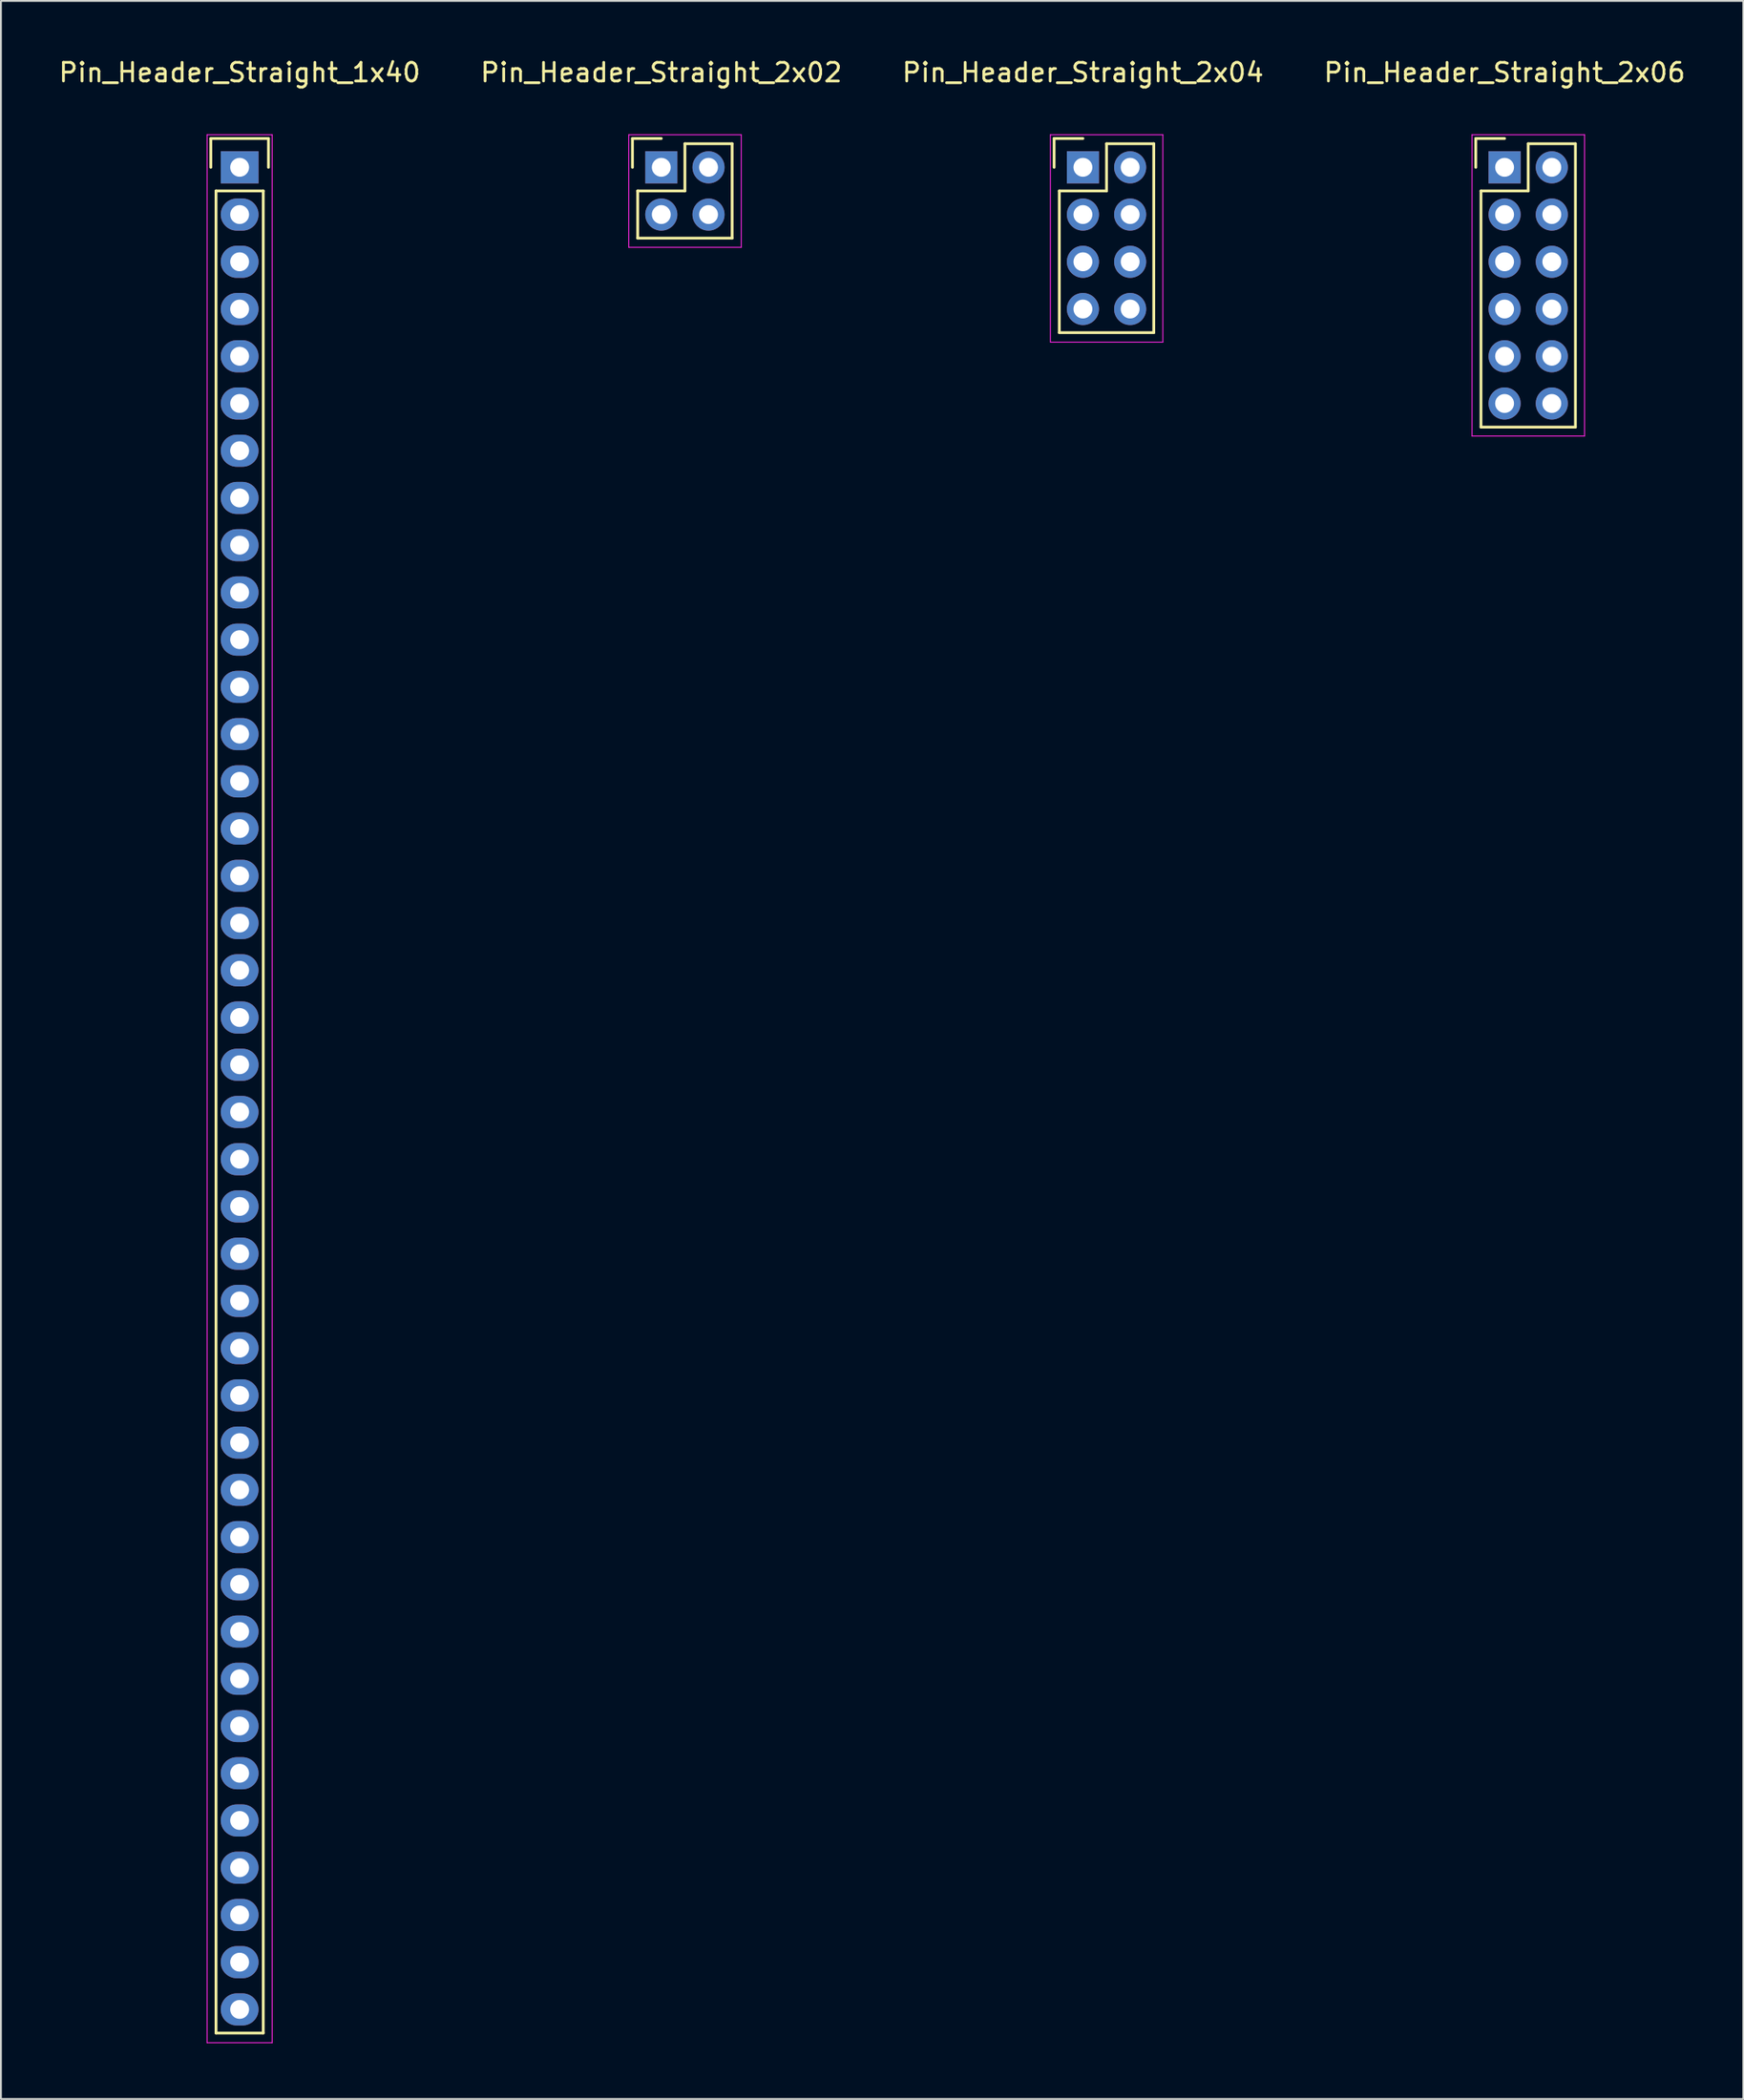
<source format=kicad_pcb>
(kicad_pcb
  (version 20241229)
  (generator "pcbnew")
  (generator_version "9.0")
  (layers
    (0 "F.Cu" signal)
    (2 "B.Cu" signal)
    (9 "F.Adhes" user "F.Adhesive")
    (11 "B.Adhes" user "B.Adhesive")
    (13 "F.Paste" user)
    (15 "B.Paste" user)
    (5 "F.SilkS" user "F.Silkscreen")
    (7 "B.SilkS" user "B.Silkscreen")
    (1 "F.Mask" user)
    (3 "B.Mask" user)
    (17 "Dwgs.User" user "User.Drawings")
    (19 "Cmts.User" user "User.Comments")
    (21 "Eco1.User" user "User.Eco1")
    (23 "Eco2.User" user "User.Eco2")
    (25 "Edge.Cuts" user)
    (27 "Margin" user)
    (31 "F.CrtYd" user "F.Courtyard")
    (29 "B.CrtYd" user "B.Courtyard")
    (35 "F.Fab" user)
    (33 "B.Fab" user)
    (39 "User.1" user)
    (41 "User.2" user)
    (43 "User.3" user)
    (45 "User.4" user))
  (footprint "Pin_Header_Straight_2x06"
    (layer "F.Cu")
    (at 77.875 5.948)
    (property "Reference" "Pin_Header_Straight_2x06" (at 0 -5.1 0) (layer "F.SilkS") (effects (font (size 1 1) (thickness 0.15))))
    (attr through_hole)
    (fp_line (start -1.55 -1.55) (end -1.55 0) (stroke (width 0.15) (type solid)) (layer "F.SilkS"))
    (fp_line (start -1.27 1.27) (end -1.27 13.97) (stroke (width 0.15) (type solid)) (layer "F.SilkS"))
    (fp_line (start 0 -1.55) (end -1.55 -1.55) (stroke (width 0.15) (type solid)) (layer "F.SilkS"))
    (fp_line (start 1.27 -1.27) (end 1.27 1.27) (stroke (width 0.15) (type solid)) (layer "F.SilkS"))
    (fp_line (start 1.27 1.27) (end -1.27 1.27) (stroke (width 0.15) (type solid)) (layer "F.SilkS"))
    (fp_line (start 3.81 -1.27) (end 1.27 -1.27) (stroke (width 0.15) (type solid)) (layer "F.SilkS"))
    (fp_line (start 3.81 13.97) (end -1.27 13.97) (stroke (width 0.15) (type solid)) (layer "F.SilkS"))
    (fp_line (start 3.81 13.97) (end 3.81 -1.27) (stroke (width 0.15) (type solid)) (layer "F.SilkS"))
    (fp_line (start -1.75 -1.75) (end -1.75 14.45) (stroke (width 0.05) (type solid)) (layer "F.CrtYd"))
    (fp_line (start -1.75 -1.75) (end 4.3 -1.75) (stroke (width 0.05) (type solid)) (layer "F.CrtYd"))
    (fp_line (start -1.75 14.45) (end 4.3 14.45) (stroke (width 0.05) (type solid)) (layer "F.CrtYd"))
    (fp_line (start 4.3 -1.75) (end 4.3 14.45) (stroke (width 0.05) (type solid)) (layer "F.CrtYd"))
    (pad "1" thru_hole rect (at 0 0) (size 1.727 1.727) (drill 1.016) (layers "*.Cu" "*.Mask"))
    (pad "2" thru_hole oval (at 2.54 0) (size 1.727 1.727) (drill 1.016) (layers "*.Cu" "*.Mask"))
    (pad "3" thru_hole oval (at 0 2.54) (size 1.727 1.727) (drill 1.016) (layers "*.Cu" "*.Mask"))
    (pad "4" thru_hole oval (at 2.54 2.54) (size 1.727 1.727) (drill 1.016) (layers "*.Cu" "*.Mask"))
    (pad "5" thru_hole oval (at 0 5.08) (size 1.727 1.727) (drill 1.016) (layers "*.Cu" "*.Mask"))
    (pad "6" thru_hole oval (at 2.54 5.08) (size 1.727 1.727) (drill 1.016) (layers "*.Cu" "*.Mask"))
    (pad "7" thru_hole oval (at 0 7.62) (size 1.727 1.727) (drill 1.016) (layers "*.Cu" "*.Mask"))
    (pad "8" thru_hole oval (at 2.54 7.62) (size 1.727 1.727) (drill 1.016) (layers "*.Cu" "*.Mask"))
    (pad "9" thru_hole oval (at 0 10.16) (size 1.727 1.727) (drill 1.016) (layers "*.Cu" "*.Mask"))
    (pad "10" thru_hole oval (at 2.54 10.16) (size 1.727 1.727) (drill 1.016) (layers "*.Cu" "*.Mask"))
    (pad "11" thru_hole oval (at 0 12.7) (size 1.727 1.727) (drill 1.016) (layers "*.Cu" "*.Mask"))
    (pad "12" thru_hole oval (at 2.54 12.7) (size 1.727 1.727) (drill 1.016) (layers "*.Cu" "*.Mask")))
  (footprint "Pin_Header_Straight_1x40"
    (layer "F.Cu")
    (at 9.839 5.948)
    (property "Reference" "Pin_Header_Straight_1x40" (at 0 -5.1 0) (layer "F.SilkS") (effects (font (size 1 1) (thickness 0.15))))
    (attr through_hole)
    (fp_line (start -1.55 -1.55) (end 1.55 -1.55) (stroke (width 0.15) (type solid)) (layer "F.SilkS"))
    (fp_line (start -1.55 0) (end -1.55 -1.55) (stroke (width 0.15) (type solid)) (layer "F.SilkS"))
    (fp_line (start -1.27 1.27) (end -1.27 100.33) (stroke (width 0.15) (type solid)) (layer "F.SilkS"))
    (fp_line (start -1.27 100.33) (end 1.27 100.33) (stroke (width 0.15) (type solid)) (layer "F.SilkS"))
    (fp_line (start 1.27 1.27) (end -1.27 1.27) (stroke (width 0.15) (type solid)) (layer "F.SilkS"))
    (fp_line (start 1.27 100.33) (end 1.27 1.27) (stroke (width 0.15) (type solid)) (layer "F.SilkS"))
    (fp_line (start 1.55 -1.55) (end 1.55 0) (stroke (width 0.15) (type solid)) (layer "F.SilkS"))
    (fp_line (start -1.75 -1.75) (end -1.75 100.85) (stroke (width 0.05) (type solid)) (layer "F.CrtYd"))
    (fp_line (start -1.75 -1.75) (end 1.75 -1.75) (stroke (width 0.05) (type solid)) (layer "F.CrtYd"))
    (fp_line (start -1.75 100.85) (end 1.75 100.85) (stroke (width 0.05) (type solid)) (layer "F.CrtYd"))
    (fp_line (start 1.75 -1.75) (end 1.75 100.85) (stroke (width 0.05) (type solid)) (layer "F.CrtYd"))
    (pad "1" thru_hole rect (at 0 0) (size 2.032 1.727) (drill 1.016) (layers "*.Cu" "*.Mask"))
    (pad "2" thru_hole oval (at 0 2.54) (size 2.032 1.727) (drill 1.016) (layers "*.Cu" "*.Mask"))
    (pad "3" thru_hole oval (at 0 5.08) (size 2.032 1.727) (drill 1.016) (layers "*.Cu" "*.Mask"))
    (pad "4" thru_hole oval (at 0 7.62) (size 2.032 1.727) (drill 1.016) (layers "*.Cu" "*.Mask"))
    (pad "5" thru_hole oval (at 0 10.16) (size 2.032 1.727) (drill 1.016) (layers "*.Cu" "*.Mask"))
    (pad "6" thru_hole oval (at 0 12.7) (size 2.032 1.727) (drill 1.016) (layers "*.Cu" "*.Mask"))
    (pad "7" thru_hole oval (at 0 15.24) (size 2.032 1.727) (drill 1.016) (layers "*.Cu" "*.Mask"))
    (pad "8" thru_hole oval (at 0 17.78) (size 2.032 1.727) (drill 1.016) (layers "*.Cu" "*.Mask"))
    (pad "9" thru_hole oval (at 0 20.32) (size 2.032 1.727) (drill 1.016) (layers "*.Cu" "*.Mask"))
    (pad "10" thru_hole oval (at 0 22.86) (size 2.032 1.727) (drill 1.016) (layers "*.Cu" "*.Mask"))
    (pad "11" thru_hole oval (at 0 25.4) (size 2.032 1.727) (drill 1.016) (layers "*.Cu" "*.Mask"))
    (pad "12" thru_hole oval (at 0 27.94) (size 2.032 1.727) (drill 1.016) (layers "*.Cu" "*.Mask"))
    (pad "13" thru_hole oval (at 0 30.48) (size 2.032 1.727) (drill 1.016) (layers "*.Cu" "*.Mask"))
    (pad "14" thru_hole oval (at 0 33.02) (size 2.032 1.727) (drill 1.016) (layers "*.Cu" "*.Mask"))
    (pad "15" thru_hole oval (at 0 35.56) (size 2.032 1.727) (drill 1.016) (layers "*.Cu" "*.Mask"))
    (pad "16" thru_hole oval (at 0 38.1) (size 2.032 1.727) (drill 1.016) (layers "*.Cu" "*.Mask"))
    (pad "17" thru_hole oval (at 0 40.64) (size 2.032 1.727) (drill 1.016) (layers "*.Cu" "*.Mask"))
    (pad "18" thru_hole oval (at 0 43.18) (size 2.032 1.727) (drill 1.016) (layers "*.Cu" "*.Mask"))
    (pad "19" thru_hole oval (at 0 45.72) (size 2.032 1.727) (drill 1.016) (layers "*.Cu" "*.Mask"))
    (pad "20" thru_hole oval (at 0 48.26) (size 2.032 1.727) (drill 1.016) (layers "*.Cu" "*.Mask"))
    (pad "21" thru_hole oval (at 0 50.8) (size 2.032 1.727) (drill 1.016) (layers "*.Cu" "*.Mask"))
    (pad "22" thru_hole oval (at 0 53.34) (size 2.032 1.727) (drill 1.016) (layers "*.Cu" "*.Mask"))
    (pad "23" thru_hole oval (at 0 55.88) (size 2.032 1.727) (drill 1.016) (layers "*.Cu" "*.Mask"))
    (pad "24" thru_hole oval (at 0 58.42) (size 2.032 1.727) (drill 1.016) (layers "*.Cu" "*.Mask"))
    (pad "25" thru_hole oval (at 0 60.96) (size 2.032 1.727) (drill 1.016) (layers "*.Cu" "*.Mask"))
    (pad "26" thru_hole oval (at 0 63.5) (size 2.032 1.727) (drill 1.016) (layers "*.Cu" "*.Mask"))
    (pad "27" thru_hole oval (at 0 66.04) (size 2.032 1.727) (drill 1.016) (layers "*.Cu" "*.Mask"))
    (pad "28" thru_hole oval (at 0 68.58) (size 2.032 1.727) (drill 1.016) (layers "*.Cu" "*.Mask"))
    (pad "29" thru_hole oval (at 0 71.12) (size 2.032 1.727) (drill 1.016) (layers "*.Cu" "*.Mask"))
    (pad "30" thru_hole oval (at 0 73.66) (size 2.032 1.727) (drill 1.016) (layers "*.Cu" "*.Mask"))
    (pad "31" thru_hole oval (at 0 76.2) (size 2.032 1.727) (drill 1.016) (layers "*.Cu" "*.Mask"))
    (pad "32" thru_hole oval (at 0 78.74) (size 2.032 1.727) (drill 1.016) (layers "*.Cu" "*.Mask"))
    (pad "33" thru_hole oval (at 0 81.28) (size 2.032 1.727) (drill 1.016) (layers "*.Cu" "*.Mask"))
    (pad "34" thru_hole oval (at 0 83.82) (size 2.032 1.727) (drill 1.016) (layers "*.Cu" "*.Mask"))
    (pad "35" thru_hole oval (at 0 86.36) (size 2.032 1.727) (drill 1.016) (layers "*.Cu" "*.Mask"))
    (pad "36" thru_hole oval (at 0 88.9) (size 2.032 1.727) (drill 1.016) (layers "*.Cu" "*.Mask"))
    (pad "37" thru_hole oval (at 0 91.44) (size 2.032 1.727) (drill 1.016) (layers "*.Cu" "*.Mask"))
    (pad "38" thru_hole oval (at 0 93.98) (size 2.032 1.727) (drill 1.016) (layers "*.Cu" "*.Mask"))
    (pad "39" thru_hole oval (at 0 96.52) (size 2.032 1.727) (drill 1.016) (layers "*.Cu" "*.Mask"))
    (pad "40" thru_hole oval (at 0 99.06) (size 2.032 1.727) (drill 1.016) (layers "*.Cu" "*.Mask")))
  (footprint "Pin_Header_Straight_2x04"
    (layer "F.Cu")
    (at 55.196 5.948)
    (property "Reference" "Pin_Header_Straight_2x04" (at 0 -5.1 0) (layer "F.SilkS") (effects (font (size 1 1) (thickness 0.15))))
    (attr through_hole)
    (fp_line (start -1.55 -1.55) (end -1.55 0) (stroke (width 0.15) (type solid)) (layer "F.SilkS"))
    (fp_line (start -1.27 1.27) (end -1.27 8.89) (stroke (width 0.15) (type solid)) (layer "F.SilkS"))
    (fp_line (start -1.27 8.89) (end 3.81 8.89) (stroke (width 0.15) (type solid)) (layer "F.SilkS"))
    (fp_line (start 0 -1.55) (end -1.55 -1.55) (stroke (width 0.15) (type solid)) (layer "F.SilkS"))
    (fp_line (start 1.27 -1.27) (end 1.27 1.27) (stroke (width 0.15) (type solid)) (layer "F.SilkS"))
    (fp_line (start 1.27 1.27) (end -1.27 1.27) (stroke (width 0.15) (type solid)) (layer "F.SilkS"))
    (fp_line (start 3.81 -1.27) (end 1.27 -1.27) (stroke (width 0.15) (type solid)) (layer "F.SilkS"))
    (fp_line (start 3.81 8.89) (end 3.81 -1.27) (stroke (width 0.15) (type solid)) (layer "F.SilkS"))
    (fp_line (start -1.75 -1.75) (end -1.75 9.4) (stroke (width 0.05) (type solid)) (layer "F.CrtYd"))
    (fp_line (start -1.75 -1.75) (end 4.3 -1.75) (stroke (width 0.05) (type solid)) (layer "F.CrtYd"))
    (fp_line (start -1.75 9.4) (end 4.3 9.4) (stroke (width 0.05) (type solid)) (layer "F.CrtYd"))
    (fp_line (start 4.3 -1.75) (end 4.3 9.4) (stroke (width 0.05) (type solid)) (layer "F.CrtYd"))
    (pad "1" thru_hole rect (at 0 0) (size 1.727 1.727) (drill 1.016) (layers "*.Cu" "*.Mask"))
    (pad "2" thru_hole oval (at 2.54 0) (size 1.727 1.727) (drill 1.016) (layers "*.Cu" "*.Mask"))
    (pad "3" thru_hole oval (at 0 2.54) (size 1.727 1.727) (drill 1.016) (layers "*.Cu" "*.Mask"))
    (pad "4" thru_hole oval (at 2.54 2.54) (size 1.727 1.727) (drill 1.016) (layers "*.Cu" "*.Mask"))
    (pad "5" thru_hole oval (at 0 5.08) (size 1.727 1.727) (drill 1.016) (layers "*.Cu" "*.Mask"))
    (pad "6" thru_hole oval (at 2.54 5.08) (size 1.727 1.727) (drill 1.016) (layers "*.Cu" "*.Mask"))
    (pad "7" thru_hole oval (at 0 7.62) (size 1.727 1.727) (drill 1.016) (layers "*.Cu" "*.Mask"))
    (pad "8" thru_hole oval (at 2.54 7.62) (size 1.727 1.727) (drill 1.016) (layers "*.Cu" "*.Mask")))
  (footprint "Pin_Header_Straight_2x02"
    (layer "F.Cu")
    (at 32.518 5.948)
    (property "Reference" "Pin_Header_Straight_2x02" (at 0 -5.1 0) (layer "F.SilkS") (effects (font (size 1 1) (thickness 0.15))))
    (attr through_hole)
    (fp_line (start -1.55 0) (end -1.55 -1.55) (stroke (width 0.15) (type solid)) (layer "F.SilkS"))
    (fp_line (start -1.27 1.27) (end 1.27 1.27) (stroke (width 0.15) (type solid)) (layer "F.SilkS"))
    (fp_line (start -1.27 3.81) (end -1.27 1.27) (stroke (width 0.15) (type solid)) (layer "F.SilkS"))
    (fp_line (start 0 -1.55) (end -1.55 -1.55) (stroke (width 0.15) (type solid)) (layer "F.SilkS"))
    (fp_line (start 1.27 -1.27) (end 3.81 -1.27) (stroke (width 0.15) (type solid)) (layer "F.SilkS"))
    (fp_line (start 1.27 1.27) (end 1.27 -1.27) (stroke (width 0.15) (type solid)) (layer "F.SilkS"))
    (fp_line (start 3.81 -1.27) (end 3.81 3.81) (stroke (width 0.15) (type solid)) (layer "F.SilkS"))
    (fp_line (start 3.81 3.81) (end -1.27 3.81) (stroke (width 0.15) (type solid)) (layer "F.SilkS"))
    (fp_line (start -1.75 -1.75) (end -1.75 4.3) (stroke (width 0.05) (type solid)) (layer "F.CrtYd"))
    (fp_line (start -1.75 -1.75) (end 4.3 -1.75) (stroke (width 0.05) (type solid)) (layer "F.CrtYd"))
    (fp_line (start -1.75 4.3) (end 4.3 4.3) (stroke (width 0.05) (type solid)) (layer "F.CrtYd"))
    (fp_line (start 4.3 -1.75) (end 4.3 4.3) (stroke (width 0.05) (type solid)) (layer "F.CrtYd"))
    (pad "1" thru_hole rect (at 0 0) (size 1.727 1.727) (drill 1.016) (layers "*.Cu" "*.Mask"))
    (pad "2" thru_hole oval (at 2.54 0) (size 1.727 1.727) (drill 1.016) (layers "*.Cu" "*.Mask"))
    (pad "3" thru_hole oval (at 0 2.54) (size 1.727 1.727) (drill 1.016) (layers "*.Cu" "*.Mask"))
    (pad "4" thru_hole oval (at 2.54 2.54) (size 1.727 1.727) (drill 1.016) (layers "*.Cu" "*.Mask")))
  (gr_rect
    (start -3 -3)
    (end 90.714 109.823)
    (stroke (width 0.1) (type default))
    (fill no)
    (layer "Edge.Cuts")))
</source>
